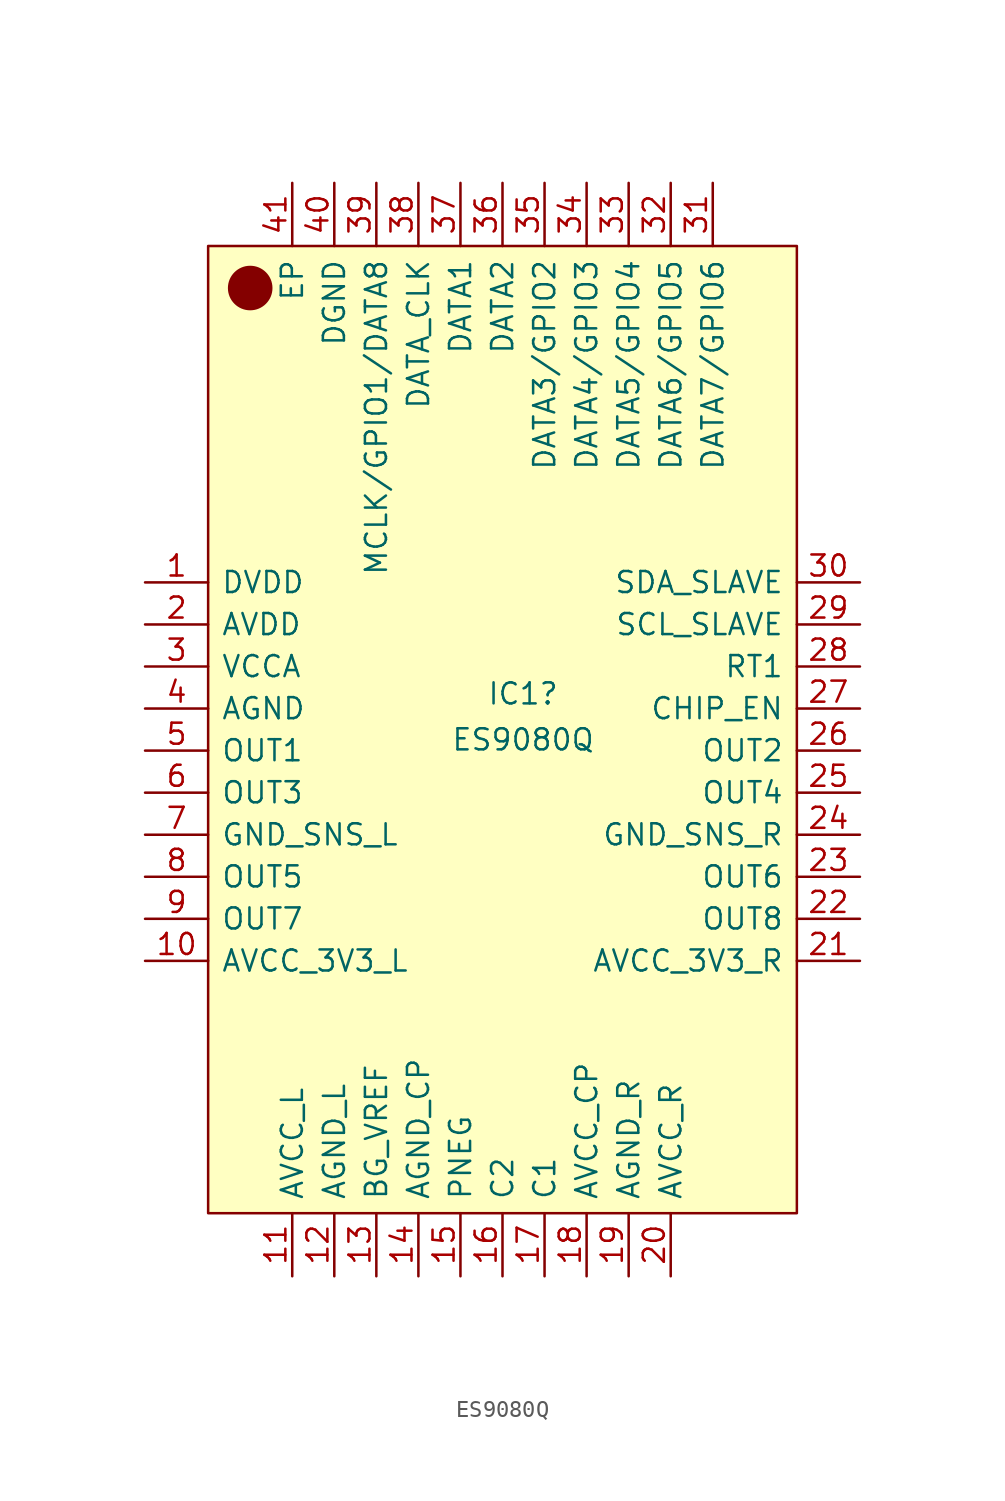
<source format=kicad_sym>
(kicad_symbol_lib
  (version 20241209)
  (generator "kicad_symbol_editor")
  (generator_version "9.0")
  (symbol "ES9080Q"
    (pin_names
      (offset 0.762))
    (property "Reference" "IC1"
      (at 1.244 3.433 0)
      (effects (font (size 1.27 1.27))))
    (property "Value" "ES9080Q"
      (at 1.244 0.658 0)
      (effects (font (size 1.27 1.27))))
    (symbol "ES9080Q_0_0"
      (pin power_out line (at -21.59 10.16 0) (length 3.81) (name "DVDD" (effects (font (size 1.27 1.27)))) (number "1" (effects (font (size 1.27 1.27)))))
      (pin power_in line (at -21.59 7.62 0) (length 3.81) (name "AVDD" (effects (font (size 1.27 1.27)))) (number "2" (effects (font (size 1.27 1.27)))))
      (pin power_in line (at -21.59 5.08 0) (length 3.81) (name "VCCA" (effects (font (size 1.27 1.27)))) (number "3" (effects (font (size 1.27 1.27)))))
      (pin passive line (at -21.59 2.54 0) (length 3.81) (name "AGND" (effects (font (size 1.27 1.27)))) (number "4" (effects (font (size 1.27 1.27)))))
      (pin output line (at -21.59 0 0) (length 3.81) (name "OUT1" (effects (font (size 1.27 1.27)))) (number "5" (effects (font (size 1.27 1.27)))))
      (pin output line (at -21.59 -2.54 0) (length 3.81) (name "OUT3" (effects (font (size 1.27 1.27)))) (number "6" (effects (font (size 1.27 1.27)))))
      (pin input line (at -21.59 -5.08 0) (length 3.81) (name "GND_SNS_L" (effects (font (size 1.27 1.27)))) (number "7" (effects (font (size 1.27 1.27)))))
      (pin output line (at -21.59 -7.62 0) (length 3.81) (name "OUT5" (effects (font (size 1.27 1.27)))) (number "8" (effects (font (size 1.27 1.27)))))
      (pin output line (at -21.59 -10.16 0) (length 3.81) (name "OUT7" (effects (font (size 1.27 1.27)))) (number "9" (effects (font (size 1.27 1.27)))))
      (pin power_in line (at -21.59 -12.7 0) (length 3.81) (name "AVCC_3V3_L" (effects (font (size 1.27 1.27)))) (number "10" (effects (font (size 1.27 1.27)))))
      (pin passive line (at -12.7 34.29 270) (length 3.81) (name "EP" (effects (font (size 1.27 1.27)))) (number "41" (effects (font (size 1.27 1.27)))))
      (pin power_out line (at -12.7 -31.75 90) (length 3.81) (name "AVCC_L" (effects (font (size 1.27 1.27)))) (number "11" (effects (font (size 1.27 1.27)))))
      (pin passive line (at -10.16 34.29 270) (length 3.81) (name "DGND" (effects (font (size 1.27 1.27)))) (number "40" (effects (font (size 1.27 1.27)))))
      (pin passive line (at -10.16 -31.75 90) (length 3.81) (name "AGND_L" (effects (font (size 1.27 1.27)))) (number "12" (effects (font (size 1.27 1.27)))))
      (pin bidirectional line (at -7.62 34.29 270) (length 3.81) (name "MCLK/GPIO1/DATA8" (effects (font (size 1.27 1.27)))) (number "39" (effects (font (size 1.27 1.27)))))
      (pin output line (at -7.62 -31.75 90) (length 3.81) (name "BG_VREF" (effects (font (size 1.27 1.27)))) (number "13" (effects (font (size 1.27 1.27)))))
      (pin input line (at -5.08 34.29 270) (length 3.81) (name "DATA_CLK" (effects (font (size 1.27 1.27)))) (number "38" (effects (font (size 1.27 1.27)))))
      (pin passive line (at -5.08 -31.75 90) (length 3.81) (name "AGND_CP" (effects (font (size 1.27 1.27)))) (number "14" (effects (font (size 1.27 1.27)))))
      (pin bidirectional line (at -2.54 34.29 270) (length 3.81) (name "DATA1" (effects (font (size 1.27 1.27)))) (number "37" (effects (font (size 1.27 1.27)))))
      (pin power_out line (at -2.54 -31.75 90) (length 3.81) (name "PNEG" (effects (font (size 1.27 1.27)))) (number "15" (effects (font (size 1.27 1.27)))))
      (pin bidirectional line (at 0 34.29 270) (length 3.81) (name "DATA2" (effects (font (size 1.27 1.27)))) (number "36" (effects (font (size 1.27 1.27)))))
      (pin passive line (at 0 -31.75 90) (length 3.81) (name "C2" (effects (font (size 1.27 1.27)))) (number "16" (effects (font (size 1.27 1.27)))))
      (pin bidirectional line (at 2.54 34.29 270) (length 3.81) (name "DATA3/GPIO2" (effects (font (size 1.27 1.27)))) (number "35" (effects (font (size 1.27 1.27)))))
      (pin passive line (at 2.54 -31.75 90) (length 3.81) (name "C1" (effects (font (size 1.27 1.27)))) (number "17" (effects (font (size 1.27 1.27)))))
      (pin bidirectional line (at 5.08 34.29 270) (length 3.81) (name "DATA4/GPIO3" (effects (font (size 1.27 1.27)))) (number "34" (effects (font (size 1.27 1.27)))))
      (pin power_in line (at 5.08 -31.75 90) (length 3.81) (name "AVCC_CP" (effects (font (size 1.27 1.27)))) (number "18" (effects (font (size 1.27 1.27)))))
      (pin bidirectional line (at 7.62 34.29 270) (length 3.81) (name "DATA5/GPIO4" (effects (font (size 1.27 1.27)))) (number "33" (effects (font (size 1.27 1.27)))))
      (pin power_out line (at 7.62 -31.75 90) (length 3.81) (name "AGND_R" (effects (font (size 1.27 1.27)))) (number "19" (effects (font (size 1.27 1.27)))))
      (pin bidirectional line (at 10.16 34.29 270) (length 3.81) (name "DATA6/GPIO5" (effects (font (size 1.27 1.27)))) (number "32" (effects (font (size 1.27 1.27)))))
      (pin power_out line (at 10.16 -31.75 90) (length 3.81) (name "AVCC_R" (effects (font (size 1.27 1.27)))) (number "20" (effects (font (size 1.27 1.27)))))
      (pin bidirectional line (at 12.7 34.29 270) (length 3.81) (name "DATA7/GPIO6" (effects (font (size 1.27 1.27)))) (number "31" (effects (font (size 1.27 1.27)))))
      (pin bidirectional line (at 21.59 10.16 180) (length 3.81) (name "SDA_SLAVE" (effects (font (size 1.27 1.27)))) (number "30" (effects (font (size 1.27 1.27)))))
      (pin bidirectional line (at 21.59 7.62 180) (length 3.81) (name "SCL_SLAVE" (effects (font (size 1.27 1.27)))) (number "29" (effects (font (size 1.27 1.27)))))
      (pin power_out line (at 21.59 5.08 180) (length 3.81) (name "RT1" (effects (font (size 1.27 1.27)))) (number "28" (effects (font (size 1.27 1.27)))))
      (pin bidirectional line (at 21.59 2.54 180) (length 3.81) (name "CHIP_EN" (effects (font (size 1.27 1.27)))) (number "27" (effects (font (size 1.27 1.27)))))
      (pin output line (at 21.59 0 180) (length 3.81) (name "OUT2" (effects (font (size 1.27 1.27)))) (number "26" (effects (font (size 1.27 1.27)))))
      (pin output line (at 21.59 -2.54 180) (length 3.81) (name "OUT4" (effects (font (size 1.27 1.27)))) (number "25" (effects (font (size 1.27 1.27)))))
      (pin input line (at 21.59 -5.08 180) (length 3.81) (name "GND_SNS_R" (effects (font (size 1.27 1.27)))) (number "24" (effects (font (size 1.27 1.27)))))
      (pin output line (at 21.59 -7.62 180) (length 3.81) (name "OUT6" (effects (font (size 1.27 1.27)))) (number "23" (effects (font (size 1.27 1.27)))))
      (pin output line (at 21.59 -10.16 180) (length 3.81) (name "OUT8" (effects (font (size 1.27 1.27)))) (number "22" (effects (font (size 1.27 1.27)))))
      (pin power_in line (at 21.59 -12.7 180) (length 3.81) (name "AVCC_3V3_R" (effects (font (size 1.27 1.27)))) (number "21" (effects (font (size 1.27 1.27))))))
    (symbol "ES9080Q_0_1"
      (circle (center -15.24 27.94) (radius 1.27) (stroke (width 0) (type default)) (fill (type outline))))
    (symbol "ES9080Q_1_1"
      (polyline (pts (xy -17.78 30.48) (xy 17.78 30.48) (xy 17.78 -27.94) (xy -17.78 -27.94) (xy -17.78 30.48)) (stroke (width 0.152) (type default)) (fill (type background))))))
</source>
